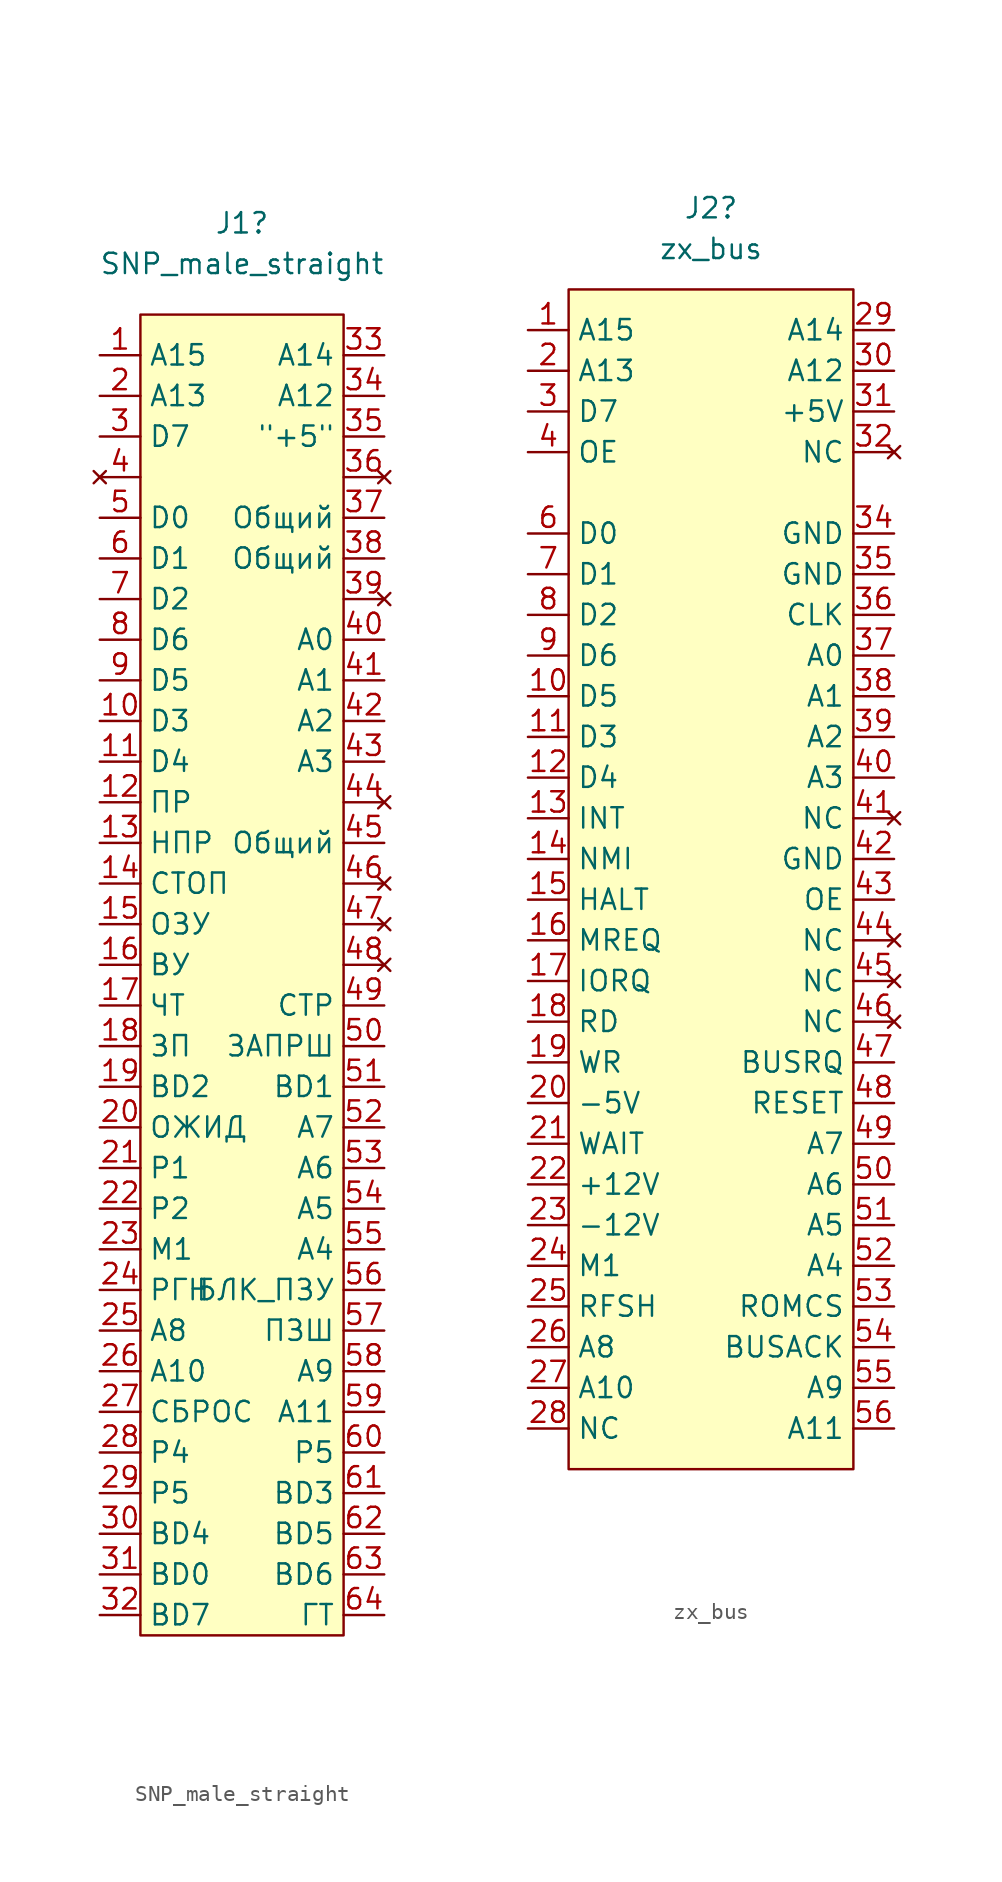
<source format=kicad_sym>
(kicad_symbol_lib
  (version 20220914)
  (generator kicad_symbol_editor)
  (symbol "SNP_male_straight"
    (property "Reference" "J1"
      (at 0 43.815 0)
      (effects (font (size 1.27 1.27))))
    (property "Value" "SNP_male_straight"
      (at 0 41.275 0)
      (effects (font (size 1.27 1.27))))
    (symbol "SNP_male_straight_0_1"
      (rectangle (start -6.35 38.1) (end 6.35 -44.45) (stroke (width 0) (type default)) (fill (type background))))
    (symbol "SNP_male_straight_1_1"
      (pin bidirectional line (at -8.89 35.56 0) (length 2.54) (name "A15" (effects (font (size 1.27 1.27)))) (number "1" (effects (font (size 1.27 1.27)))))
      (pin bidirectional line (at -8.89 12.7 0) (length 2.54) (name "D3" (effects (font (size 1.27 1.27)))) (number "10" (effects (font (size 1.27 1.27)))))
      (pin bidirectional line (at -8.89 10.16 0) (length 2.54) (name "D4" (effects (font (size 1.27 1.27)))) (number "11" (effects (font (size 1.27 1.27)))))
      (pin bidirectional line (at -8.89 7.62 0) (length 2.54) (name "ПР" (effects (font (size 1.27 1.27)))) (number "12" (effects (font (size 1.27 1.27)))))
      (pin bidirectional line (at -8.89 5.08 0) (length 2.54) (name "НПР" (effects (font (size 1.27 1.27)))) (number "13" (effects (font (size 1.27 1.27)))))
      (pin bidirectional line (at -8.89 2.54 0) (length 2.54) (name "СТОП" (effects (font (size 1.27 1.27)))) (number "14" (effects (font (size 1.27 1.27)))))
      (pin bidirectional line (at -8.89 0 0) (length 2.54) (name "ОЗУ" (effects (font (size 1.27 1.27)))) (number "15" (effects (font (size 1.27 1.27)))))
      (pin bidirectional line (at -8.89 -2.54 0) (length 2.54) (name "ВУ" (effects (font (size 1.27 1.27)))) (number "16" (effects (font (size 1.27 1.27)))))
      (pin bidirectional line (at -8.89 -5.08 0) (length 2.54) (name "ЧТ" (effects (font (size 1.27 1.27)))) (number "17" (effects (font (size 1.27 1.27)))))
      (pin bidirectional line (at -8.89 -7.62 0) (length 2.54) (name "ЗП" (effects (font (size 1.27 1.27)))) (number "18" (effects (font (size 1.27 1.27)))))
      (pin bidirectional line (at -8.89 -10.16 0) (length 2.54) (name "BD2" (effects (font (size 1.27 1.27)))) (number "19" (effects (font (size 1.27 1.27)))))
      (pin bidirectional line (at -8.89 33.02 0) (length 2.54) (name "A13" (effects (font (size 1.27 1.27)))) (number "2" (effects (font (size 1.27 1.27)))))
      (pin bidirectional line (at -8.89 -12.7 0) (length 2.54) (name "ОЖИД" (effects (font (size 1.27 1.27)))) (number "20" (effects (font (size 1.27 1.27)))))
      (pin bidirectional line (at -8.89 -15.24 0) (length 2.54) (name "P1" (effects (font (size 1.27 1.27)))) (number "21" (effects (font (size 1.27 1.27)))))
      (pin bidirectional line (at -8.89 -17.78 0) (length 2.54) (name "P2" (effects (font (size 1.27 1.27)))) (number "22" (effects (font (size 1.27 1.27)))))
      (pin bidirectional line (at -8.89 -20.32 0) (length 2.54) (name "М1" (effects (font (size 1.27 1.27)))) (number "23" (effects (font (size 1.27 1.27)))))
      (pin bidirectional line (at -8.89 -22.86 0) (length 2.54) (name "РГН" (effects (font (size 1.27 1.27)))) (number "24" (effects (font (size 1.27 1.27)))))
      (pin bidirectional line (at -8.89 -25.4 0) (length 2.54) (name "A8" (effects (font (size 1.27 1.27)))) (number "25" (effects (font (size 1.27 1.27)))))
      (pin bidirectional line (at -8.89 -27.94 0) (length 2.54) (name "A10" (effects (font (size 1.27 1.27)))) (number "26" (effects (font (size 1.27 1.27)))))
      (pin bidirectional line (at -8.89 -30.48 0) (length 2.54) (name "СБРОС" (effects (font (size 1.27 1.27)))) (number "27" (effects (font (size 1.27 1.27)))))
      (pin bidirectional line (at -8.89 -33.02 0) (length 2.54) (name "P4" (effects (font (size 1.27 1.27)))) (number "28" (effects (font (size 1.27 1.27)))))
      (pin bidirectional line (at -8.89 -35.56 0) (length 2.54) (name "P5" (effects (font (size 1.27 1.27)))) (number "29" (effects (font (size 1.27 1.27)))))
      (pin bidirectional line (at -8.89 30.48 0) (length 2.54) (name "D7" (effects (font (size 1.27 1.27)))) (number "3" (effects (font (size 1.27 1.27)))))
      (pin bidirectional line (at -8.89 -38.1 0) (length 2.54) (name "BD4" (effects (font (size 1.27 1.27)))) (number "30" (effects (font (size 1.27 1.27)))))
      (pin bidirectional line (at -8.89 -40.64 0) (length 2.54) (name "BD0" (effects (font (size 1.27 1.27)))) (number "31" (effects (font (size 1.27 1.27)))))
      (pin bidirectional line (at -8.89 -43.18 0) (length 2.54) (name "BD7" (effects (font (size 1.27 1.27)))) (number "32" (effects (font (size 1.27 1.27)))))
      (pin bidirectional line (at 8.89 35.56 180) (length 2.54) (name "A14" (effects (font (size 1.27 1.27)))) (number "33" (effects (font (size 1.27 1.27)))))
      (pin bidirectional line (at 8.89 33.02 180) (length 2.54) (name "A12" (effects (font (size 1.27 1.27)))) (number "34" (effects (font (size 1.27 1.27)))))
      (pin power_in line (at 8.89 30.48 180) (length 2.54) (name "\"+5\"" (effects (font (size 1.27 1.27)))) (number "35" (effects (font (size 1.27 1.27)))))
      (pin no_connect line (at 8.89 27.94 180) (length 2.54) (name "" (effects (font (size 1.27 1.27)))) (number "36" (effects (font (size 1.27 1.27)))))
      (pin power_in line (at 8.89 25.4 180) (length 2.54) (name "Общий" (effects (font (size 1.27 1.27)))) (number "37" (effects (font (size 1.27 1.27)))))
      (pin power_in line (at 8.89 22.86 180) (length 2.54) (name "Общий" (effects (font (size 1.27 1.27)))) (number "38" (effects (font (size 1.27 1.27)))))
      (pin no_connect line (at 8.89 20.32 180) (length 2.54) (name "" (effects (font (size 1.27 1.27)))) (number "39" (effects (font (size 1.27 1.27)))))
      (pin no_connect line (at -8.89 27.94 0) (length 2.54) (name "" (effects (font (size 1.27 1.27)))) (number "4" (effects (font (size 1.27 1.27)))))
      (pin bidirectional line (at 8.89 17.78 180) (length 2.54) (name "A0" (effects (font (size 1.27 1.27)))) (number "40" (effects (font (size 1.27 1.27)))))
      (pin bidirectional line (at 8.89 15.24 180) (length 2.54) (name "A1" (effects (font (size 1.27 1.27)))) (number "41" (effects (font (size 1.27 1.27)))))
      (pin bidirectional line (at 8.89 12.7 180) (length 2.54) (name "A2" (effects (font (size 1.27 1.27)))) (number "42" (effects (font (size 1.27 1.27)))))
      (pin bidirectional line (at 8.89 10.16 180) (length 2.54) (name "A3" (effects (font (size 1.27 1.27)))) (number "43" (effects (font (size 1.27 1.27)))))
      (pin no_connect line (at 8.89 7.62 180) (length 2.54) (name "" (effects (font (size 1.27 1.27)))) (number "44" (effects (font (size 1.27 1.27)))))
      (pin power_in line (at 8.89 5.08 180) (length 2.54) (name "Общий" (effects (font (size 1.27 1.27)))) (number "45" (effects (font (size 1.27 1.27)))))
      (pin no_connect line (at 8.89 2.54 180) (length 2.54) (name "" (effects (font (size 1.27 1.27)))) (number "46" (effects (font (size 1.27 1.27)))))
      (pin no_connect line (at 8.89 0 180) (length 2.54) (name "" (effects (font (size 1.27 1.27)))) (number "47" (effects (font (size 1.27 1.27)))))
      (pin no_connect line (at 8.89 -2.54 180) (length 2.54) (name "" (effects (font (size 1.27 1.27)))) (number "48" (effects (font (size 1.27 1.27)))))
      (pin bidirectional line (at 8.89 -5.08 180) (length 2.54) (name "СТР" (effects (font (size 1.27 1.27)))) (number "49" (effects (font (size 1.27 1.27)))))
      (pin bidirectional line (at -8.89 25.4 0) (length 2.54) (name "D0" (effects (font (size 1.27 1.27)))) (number "5" (effects (font (size 1.27 1.27)))))
      (pin bidirectional line (at 8.89 -7.62 180) (length 2.54) (name "ЗАПРШ" (effects (font (size 1.27 1.27)))) (number "50" (effects (font (size 1.27 1.27)))))
      (pin bidirectional line (at 8.89 -10.16 180) (length 2.54) (name "BD1" (effects (font (size 1.27 1.27)))) (number "51" (effects (font (size 1.27 1.27)))))
      (pin bidirectional line (at 8.89 -12.7 180) (length 2.54) (name "A7" (effects (font (size 1.27 1.27)))) (number "52" (effects (font (size 1.27 1.27)))))
      (pin bidirectional line (at 8.89 -15.24 180) (length 2.54) (name "A6" (effects (font (size 1.27 1.27)))) (number "53" (effects (font (size 1.27 1.27)))))
      (pin bidirectional line (at 8.89 -17.78 180) (length 2.54) (name "A5" (effects (font (size 1.27 1.27)))) (number "54" (effects (font (size 1.27 1.27)))))
      (pin bidirectional line (at 8.89 -20.32 180) (length 2.54) (name "A4" (effects (font (size 1.27 1.27)))) (number "55" (effects (font (size 1.27 1.27)))))
      (pin bidirectional line (at 8.89 -22.86 180) (length 2.54) (name "БЛК_ПЗУ" (effects (font (size 1.27 1.27)))) (number "56" (effects (font (size 1.27 1.27)))))
      (pin bidirectional line (at 8.89 -25.4 180) (length 2.54) (name "ПЗШ" (effects (font (size 1.27 1.27)))) (number "57" (effects (font (size 1.27 1.27)))))
      (pin bidirectional line (at 8.89 -27.94 180) (length 2.54) (name "A9" (effects (font (size 1.27 1.27)))) (number "58" (effects (font (size 1.27 1.27)))))
      (pin bidirectional line (at 8.89 -30.48 180) (length 2.54) (name "A11" (effects (font (size 1.27 1.27)))) (number "59" (effects (font (size 1.27 1.27)))))
      (pin bidirectional line (at -8.89 22.86 0) (length 2.54) (name "D1" (effects (font (size 1.27 1.27)))) (number "6" (effects (font (size 1.27 1.27)))))
      (pin bidirectional line (at 8.89 -33.02 180) (length 2.54) (name "P5" (effects (font (size 1.27 1.27)))) (number "60" (effects (font (size 1.27 1.27)))))
      (pin bidirectional line (at 8.89 -35.56 180) (length 2.54) (name "BD3" (effects (font (size 1.27 1.27)))) (number "61" (effects (font (size 1.27 1.27)))))
      (pin bidirectional line (at 8.89 -38.1 180) (length 2.54) (name "BD5" (effects (font (size 1.27 1.27)))) (number "62" (effects (font (size 1.27 1.27)))))
      (pin bidirectional line (at 8.89 -40.64 180) (length 2.54) (name "BD6" (effects (font (size 1.27 1.27)))) (number "63" (effects (font (size 1.27 1.27)))))
      (pin bidirectional line (at 8.89 -43.18 180) (length 2.54) (name "ГТ" (effects (font (size 1.27 1.27)))) (number "64" (effects (font (size 1.27 1.27)))))
      (pin bidirectional line (at -8.89 20.32 0) (length 2.54) (name "D2" (effects (font (size 1.27 1.27)))) (number "7" (effects (font (size 1.27 1.27)))))
      (pin bidirectional line (at -8.89 17.78 0) (length 2.54) (name "D6" (effects (font (size 1.27 1.27)))) (number "8" (effects (font (size 1.27 1.27)))))
      (pin bidirectional line (at -8.89 15.24 0) (length 2.54) (name "D5" (effects (font (size 1.27 1.27)))) (number "9" (effects (font (size 1.27 1.27)))))))
  (symbol "zx_bus"
    (property "Reference" "J2"
      (at 0 43.18 0)
      (effects (font (size 1.27 1.27))))
    (property "Value" "zx_bus"
      (at 0 40.64 0)
      (effects (font (size 1.27 1.27))))
    (symbol "zx_bus_1_1"
      (rectangle (start -8.89 38.1) (end 8.89 -35.56) (stroke (width 0) (type default)) (fill (type background)))
      (pin input line (at -11.43 35.56 0) (length 2.54) (name "A15" (effects (font (size 1.27 1.27)))) (number "1" (effects (font (size 1.27 1.27)))))
      (pin input line (at -11.43 12.7 0) (length 2.54) (name "D5" (effects (font (size 1.27 1.27)))) (number "10" (effects (font (size 1.27 1.27)))))
      (pin input line (at -11.43 10.16 0) (length 2.54) (name "D3" (effects (font (size 1.27 1.27)))) (number "11" (effects (font (size 1.27 1.27)))))
      (pin input line (at -11.43 7.62 0) (length 2.54) (name "D4" (effects (font (size 1.27 1.27)))) (number "12" (effects (font (size 1.27 1.27)))))
      (pin input line (at -11.43 5.08 0) (length 2.54) (name "INT" (effects (font (size 1.27 1.27)))) (number "13" (effects (font (size 1.27 1.27)))))
      (pin input line (at -11.43 2.54 0) (length 2.54) (name "NMI" (effects (font (size 1.27 1.27)))) (number "14" (effects (font (size 1.27 1.27)))))
      (pin input line (at -11.43 0 0) (length 2.54) (name "HALT" (effects (font (size 1.27 1.27)))) (number "15" (effects (font (size 1.27 1.27)))))
      (pin input line (at -11.43 -2.54 0) (length 2.54) (name "MREQ" (effects (font (size 1.27 1.27)))) (number "16" (effects (font (size 1.27 1.27)))))
      (pin input line (at -11.43 -5.08 0) (length 2.54) (name "IORQ" (effects (font (size 1.27 1.27)))) (number "17" (effects (font (size 1.27 1.27)))))
      (pin input line (at -11.43 -7.62 0) (length 2.54) (name "RD" (effects (font (size 1.27 1.27)))) (number "18" (effects (font (size 1.27 1.27)))))
      (pin input line (at -11.43 -10.16 0) (length 2.54) (name "WR" (effects (font (size 1.27 1.27)))) (number "19" (effects (font (size 1.27 1.27)))))
      (pin input line (at -11.43 33.02 0) (length 2.54) (name "A13" (effects (font (size 1.27 1.27)))) (number "2" (effects (font (size 1.27 1.27)))))
      (pin input line (at -11.43 -12.7 0) (length 2.54) (name "-5V" (effects (font (size 1.27 1.27)))) (number "20" (effects (font (size 1.27 1.27)))))
      (pin input line (at -11.43 -15.24 0) (length 2.54) (name "WAIT" (effects (font (size 1.27 1.27)))) (number "21" (effects (font (size 1.27 1.27)))))
      (pin input line (at -11.43 -17.78 0) (length 2.54) (name "+12V" (effects (font (size 1.27 1.27)))) (number "22" (effects (font (size 1.27 1.27)))))
      (pin input line (at -11.43 -20.32 0) (length 2.54) (name "-12V" (effects (font (size 1.27 1.27)))) (number "23" (effects (font (size 1.27 1.27)))))
      (pin input line (at -11.43 -22.86 0) (length 2.54) (name "M1" (effects (font (size 1.27 1.27)))) (number "24" (effects (font (size 1.27 1.27)))))
      (pin input line (at -11.43 -25.4 0) (length 2.54) (name "RFSH" (effects (font (size 1.27 1.27)))) (number "25" (effects (font (size 1.27 1.27)))))
      (pin input line (at -11.43 -27.94 0) (length 2.54) (name "A8" (effects (font (size 1.27 1.27)))) (number "26" (effects (font (size 1.27 1.27)))))
      (pin input line (at -11.43 -30.48 0) (length 2.54) (name "A10" (effects (font (size 1.27 1.27)))) (number "27" (effects (font (size 1.27 1.27)))))
      (pin input line (at -11.43 -33.02 0) (length 2.54) (name "NC" (effects (font (size 1.27 1.27)))) (number "28" (effects (font (size 1.27 1.27)))))
      (pin input line (at 11.43 35.56 180) (length 2.54) (name "A14" (effects (font (size 1.27 1.27)))) (number "29" (effects (font (size 1.27 1.27)))))
      (pin input line (at -11.43 30.48 0) (length 2.54) (name "D7" (effects (font (size 1.27 1.27)))) (number "3" (effects (font (size 1.27 1.27)))))
      (pin input line (at 11.43 33.02 180) (length 2.54) (name "A12" (effects (font (size 1.27 1.27)))) (number "30" (effects (font (size 1.27 1.27)))))
      (pin input line (at 11.43 30.48 180) (length 2.54) (name "+5V" (effects (font (size 1.27 1.27)))) (number "31" (effects (font (size 1.27 1.27)))))
      (pin no_connect line (at 11.43 27.94 180) (length 2.54) (name "NC" (effects (font (size 1.27 1.27)))) (number "32" (effects (font (size 1.27 1.27)))))
      (pin input line (at 11.43 22.86 180) (length 2.54) (name "GND" (effects (font (size 1.27 1.27)))) (number "34" (effects (font (size 1.27 1.27)))))
      (pin input line (at 11.43 20.32 180) (length 2.54) (name "GND" (effects (font (size 1.27 1.27)))) (number "35" (effects (font (size 1.27 1.27)))))
      (pin input line (at 11.43 17.78 180) (length 2.54) (name "CLK" (effects (font (size 1.27 1.27)))) (number "36" (effects (font (size 1.27 1.27)))))
      (pin input line (at 11.43 15.24 180) (length 2.54) (name "A0" (effects (font (size 1.27 1.27)))) (number "37" (effects (font (size 1.27 1.27)))))
      (pin input line (at 11.43 12.7 180) (length 2.54) (name "A1" (effects (font (size 1.27 1.27)))) (number "38" (effects (font (size 1.27 1.27)))))
      (pin input line (at 11.43 10.16 180) (length 2.54) (name "A2" (effects (font (size 1.27 1.27)))) (number "39" (effects (font (size 1.27 1.27)))))
      (pin input line (at -11.43 27.94 0) (length 2.54) (name "OE" (effects (font (size 1.27 1.27)))) (number "4" (effects (font (size 1.27 1.27)))))
      (pin input line (at 11.43 7.62 180) (length 2.54) (name "A3" (effects (font (size 1.27 1.27)))) (number "40" (effects (font (size 1.27 1.27)))))
      (pin no_connect line (at 11.43 5.08 180) (length 2.54) (name "NC" (effects (font (size 1.27 1.27)))) (number "41" (effects (font (size 1.27 1.27)))))
      (pin input line (at 11.43 2.54 180) (length 2.54) (name "GND" (effects (font (size 1.27 1.27)))) (number "42" (effects (font (size 1.27 1.27)))))
      (pin input line (at 11.43 0 180) (length 2.54) (name "OE" (effects (font (size 1.27 1.27)))) (number "43" (effects (font (size 1.27 1.27)))))
      (pin no_connect line (at 11.43 -2.54 180) (length 2.54) (name "NC" (effects (font (size 1.27 1.27)))) (number "44" (effects (font (size 1.27 1.27)))))
      (pin no_connect line (at 11.43 -5.08 180) (length 2.54) (name "NC" (effects (font (size 1.27 1.27)))) (number "45" (effects (font (size 1.27 1.27)))))
      (pin no_connect line (at 11.43 -7.62 180) (length 2.54) (name "NC" (effects (font (size 1.27 1.27)))) (number "46" (effects (font (size 1.27 1.27)))))
      (pin input line (at 11.43 -10.16 180) (length 2.54) (name "BUSRQ" (effects (font (size 1.27 1.27)))) (number "47" (effects (font (size 1.27 1.27)))))
      (pin input line (at 11.43 -12.7 180) (length 2.54) (name "RESET" (effects (font (size 1.27 1.27)))) (number "48" (effects (font (size 1.27 1.27)))))
      (pin input line (at 11.43 -15.24 180) (length 2.54) (name "A7" (effects (font (size 1.27 1.27)))) (number "49" (effects (font (size 1.27 1.27)))))
      (pin input line (at 11.43 -17.78 180) (length 2.54) (name "A6" (effects (font (size 1.27 1.27)))) (number "50" (effects (font (size 1.27 1.27)))))
      (pin input line (at 11.43 -20.32 180) (length 2.54) (name "A5" (effects (font (size 1.27 1.27)))) (number "51" (effects (font (size 1.27 1.27)))))
      (pin input line (at 11.43 -22.86 180) (length 2.54) (name "A4" (effects (font (size 1.27 1.27)))) (number "52" (effects (font (size 1.27 1.27)))))
      (pin input line (at 11.43 -25.4 180) (length 2.54) (name "ROMCS" (effects (font (size 1.27 1.27)))) (number "53" (effects (font (size 1.27 1.27)))))
      (pin input line (at 11.43 -27.94 180) (length 2.54) (name "BUSACK" (effects (font (size 1.27 1.27)))) (number "54" (effects (font (size 1.27 1.27)))))
      (pin input line (at 11.43 -30.48 180) (length 2.54) (name "A9" (effects (font (size 1.27 1.27)))) (number "55" (effects (font (size 1.27 1.27)))))
      (pin input line (at 11.43 -33.02 180) (length 2.54) (name "A11" (effects (font (size 1.27 1.27)))) (number "56" (effects (font (size 1.27 1.27)))))
      (pin input line (at -11.43 22.86 0) (length 2.54) (name "D0" (effects (font (size 1.27 1.27)))) (number "6" (effects (font (size 1.27 1.27)))))
      (pin input line (at -11.43 20.32 0) (length 2.54) (name "D1" (effects (font (size 1.27 1.27)))) (number "7" (effects (font (size 1.27 1.27)))))
      (pin input line (at -11.43 17.78 0) (length 2.54) (name "D2" (effects (font (size 1.27 1.27)))) (number "8" (effects (font (size 1.27 1.27)))))
      (pin input line (at -11.43 15.24 0) (length 2.54) (name "D6" (effects (font (size 1.27 1.27)))) (number "9" (effects (font (size 1.27 1.27))))))))
</source>
